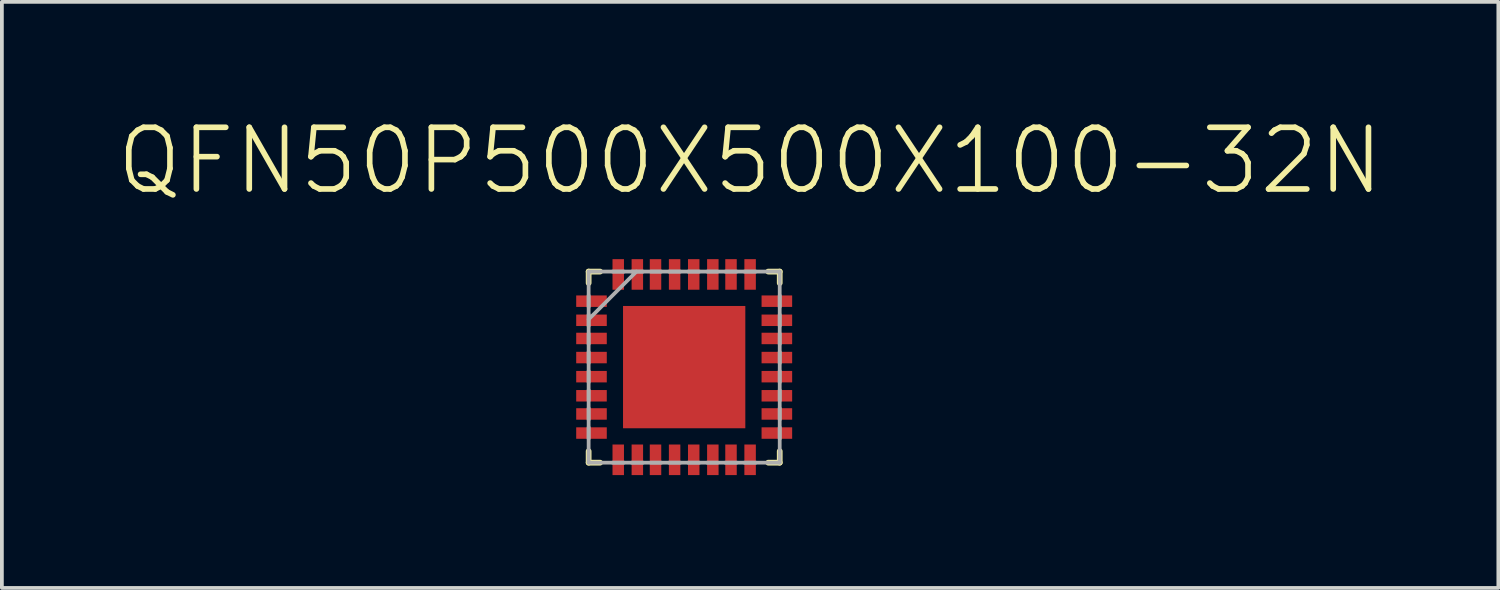
<source format=kicad_pcb>
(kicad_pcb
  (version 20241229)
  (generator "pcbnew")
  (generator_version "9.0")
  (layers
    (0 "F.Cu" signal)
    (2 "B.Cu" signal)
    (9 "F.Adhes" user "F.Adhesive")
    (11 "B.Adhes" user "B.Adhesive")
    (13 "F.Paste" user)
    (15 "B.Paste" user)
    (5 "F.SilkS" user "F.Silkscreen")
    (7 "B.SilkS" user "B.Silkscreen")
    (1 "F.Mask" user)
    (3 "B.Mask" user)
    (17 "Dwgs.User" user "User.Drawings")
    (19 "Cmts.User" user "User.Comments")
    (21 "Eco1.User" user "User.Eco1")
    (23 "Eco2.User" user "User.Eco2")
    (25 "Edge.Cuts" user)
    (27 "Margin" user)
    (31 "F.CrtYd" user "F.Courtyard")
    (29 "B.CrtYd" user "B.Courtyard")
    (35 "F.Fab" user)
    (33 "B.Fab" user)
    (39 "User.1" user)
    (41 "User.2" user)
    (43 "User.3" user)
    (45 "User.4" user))
  (footprint "QFN50P500X500X100-32N"
    (layer "F.Cu")
    (at 15.139 6.71)
    (property "Reference" "QFN50P500X500X100-32N" (at 1.753 -5.487 0) (layer "F.SilkS") (effects (font (size 1.64 1.64) (thickness 0.15))))
    (attr smd)
    (fp_line (start -2.54 -2.54) (end -2.54 -2.235) (stroke (width 0.152) (type solid)) (layer "F.SilkS"))
    (fp_line (start -2.54 2.235) (end -2.54 2.54) (stroke (width 0.152) (type solid)) (layer "F.SilkS"))
    (fp_line (start -2.54 2.54) (end -2.235 2.54) (stroke (width 0.152) (type solid)) (layer "F.SilkS"))
    (fp_line (start -2.235 -2.54) (end -2.54 -2.54) (stroke (width 0.152) (type solid)) (layer "F.SilkS"))
    (fp_line (start 2.235 2.54) (end 2.54 2.54) (stroke (width 0.152) (type solid)) (layer "F.SilkS"))
    (fp_line (start 2.54 -2.54) (end 2.235 -2.54) (stroke (width 0.152) (type solid)) (layer "F.SilkS"))
    (fp_line (start 2.54 -2.235) (end 2.54 -2.54) (stroke (width 0.152) (type solid)) (layer "F.SilkS"))
    (fp_line (start 2.54 2.54) (end 2.54 2.235) (stroke (width 0.152) (type solid)) (layer "F.SilkS"))
    (fp_line (start -2.54 -2.54) (end -2.54 2.54) (stroke (width 0.1) (type solid)) (layer "F.Fab"))
    (fp_line (start -2.54 -1.905) (end -2.54 -1.6) (stroke (width 0.1) (type solid)) (layer "F.Fab"))
    (fp_line (start -2.54 -1.397) (end -2.54 -1.092) (stroke (width 0.1) (type solid)) (layer "F.Fab"))
    (fp_line (start -2.54 -1.27) (end -1.27 -2.54) (stroke (width 0.1) (type solid)) (layer "F.Fab"))
    (fp_line (start -2.54 -0.889) (end -2.54 -0.61) (stroke (width 0.1) (type solid)) (layer "F.Fab"))
    (fp_line (start -2.54 -0.406) (end -2.54 -0.102) (stroke (width 0.1) (type solid)) (layer "F.Fab"))
    (fp_line (start -2.54 0.102) (end -2.54 0.406) (stroke (width 0.1) (type solid)) (layer "F.Fab"))
    (fp_line (start -2.54 0.61) (end -2.54 0.889) (stroke (width 0.1) (type solid)) (layer "F.Fab"))
    (fp_line (start -2.54 1.092) (end -2.54 1.397) (stroke (width 0.1) (type solid)) (layer "F.Fab"))
    (fp_line (start -2.54 1.6) (end -2.54 1.905) (stroke (width 0.1) (type solid)) (layer "F.Fab"))
    (fp_line (start -2.54 2.54) (end 2.54 2.54) (stroke (width 0.1) (type solid)) (layer "F.Fab"))
    (fp_line (start -1.905 2.54) (end -1.6 2.54) (stroke (width 0.1) (type solid)) (layer "F.Fab"))
    (fp_line (start -1.6 -2.54) (end -1.905 -2.54) (stroke (width 0.1) (type solid)) (layer "F.Fab"))
    (fp_line (start -1.397 2.54) (end -1.092 2.54) (stroke (width 0.1) (type solid)) (layer "F.Fab"))
    (fp_line (start -1.092 -2.54) (end -1.397 -2.54) (stroke (width 0.1) (type solid)) (layer "F.Fab"))
    (fp_line (start -0.889 2.54) (end -0.61 2.54) (stroke (width 0.1) (type solid)) (layer "F.Fab"))
    (fp_line (start -0.61 -2.54) (end -0.889 -2.54) (stroke (width 0.1) (type solid)) (layer "F.Fab"))
    (fp_line (start -0.406 2.54) (end -0.102 2.54) (stroke (width 0.1) (type solid)) (layer "F.Fab"))
    (fp_line (start -0.102 -2.54) (end -0.406 -2.54) (stroke (width 0.1) (type solid)) (layer "F.Fab"))
    (fp_line (start 0.102 2.54) (end 0.406 2.54) (stroke (width 0.1) (type solid)) (layer "F.Fab"))
    (fp_line (start 0.406 -2.54) (end 0.102 -2.54) (stroke (width 0.1) (type solid)) (layer "F.Fab"))
    (fp_line (start 0.61 2.54) (end 0.889 2.54) (stroke (width 0.1) (type solid)) (layer "F.Fab"))
    (fp_line (start 0.889 -2.54) (end 0.61 -2.54) (stroke (width 0.1) (type solid)) (layer "F.Fab"))
    (fp_line (start 1.092 2.54) (end 1.397 2.54) (stroke (width 0.1) (type solid)) (layer "F.Fab"))
    (fp_line (start 1.397 -2.54) (end 1.092 -2.54) (stroke (width 0.1) (type solid)) (layer "F.Fab"))
    (fp_line (start 1.6 2.54) (end 1.905 2.54) (stroke (width 0.1) (type solid)) (layer "F.Fab"))
    (fp_line (start 1.905 -2.54) (end 1.6 -2.54) (stroke (width 0.1) (type solid)) (layer "F.Fab"))
    (fp_line (start 2.54 -2.54) (end -2.54 -2.54) (stroke (width 0.1) (type solid)) (layer "F.Fab"))
    (fp_line (start 2.54 -1.6) (end 2.54 -1.905) (stroke (width 0.1) (type solid)) (layer "F.Fab"))
    (fp_line (start 2.54 -1.092) (end 2.54 -1.397) (stroke (width 0.1) (type solid)) (layer "F.Fab"))
    (fp_line (start 2.54 -0.61) (end 2.54 -0.889) (stroke (width 0.1) (type solid)) (layer "F.Fab"))
    (fp_line (start 2.54 -0.102) (end 2.54 -0.406) (stroke (width 0.1) (type solid)) (layer "F.Fab"))
    (fp_line (start 2.54 0.406) (end 2.54 0.102) (stroke (width 0.1) (type solid)) (layer "F.Fab"))
    (fp_line (start 2.54 0.889) (end 2.54 0.61) (stroke (width 0.1) (type solid)) (layer "F.Fab"))
    (fp_line (start 2.54 1.397) (end 2.54 1.092) (stroke (width 0.1) (type solid)) (layer "F.Fab"))
    (fp_line (start 2.54 1.905) (end 2.54 1.6) (stroke (width 0.1) (type solid)) (layer "F.Fab"))
    (fp_line (start 2.54 2.54) (end 2.54 -2.54) (stroke (width 0.1) (type solid)) (layer "F.Fab"))
    (pad "1" smd rect (at -2.464 -1.753) (size 0.813 0.305) (layers "F.Cu" "F.Mask" "F.Paste"))
    (pad "2" smd rect (at -2.464 -1.245) (size 0.813 0.305) (layers "F.Cu" "F.Mask" "F.Paste"))
    (pad "3" smd rect (at -2.464 -0.762) (size 0.813 0.305) (layers "F.Cu" "F.Mask" "F.Paste"))
    (pad "4" smd rect (at -2.464 -0.254) (size 0.813 0.305) (layers "F.Cu" "F.Mask" "F.Paste"))
    (pad "5" smd rect (at -2.464 0.254) (size 0.813 0.305) (layers "F.Cu" "F.Mask" "F.Paste"))
    (pad "6" smd rect (at -2.464 0.762) (size 0.813 0.305) (layers "F.Cu" "F.Mask" "F.Paste"))
    (pad "7" smd rect (at -2.464 1.245) (size 0.813 0.305) (layers "F.Cu" "F.Mask" "F.Paste"))
    (pad "8" smd rect (at -2.464 1.753) (size 0.813 0.305) (layers "F.Cu" "F.Mask" "F.Paste"))
    (pad "9" smd rect (at -1.753 2.464) (size 0.305 0.813) (layers "F.Cu" "F.Mask" "F.Paste"))
    (pad "10" smd rect (at -1.245 2.464) (size 0.305 0.813) (layers "F.Cu" "F.Mask" "F.Paste"))
    (pad "11" smd rect (at -0.762 2.464) (size 0.305 0.813) (layers "F.Cu" "F.Mask" "F.Paste"))
    (pad "12" smd rect (at -0.254 2.464) (size 0.305 0.813) (layers "F.Cu" "F.Mask" "F.Paste"))
    (pad "13" smd rect (at 0.254 2.464) (size 0.305 0.813) (layers "F.Cu" "F.Mask" "F.Paste"))
    (pad "14" smd rect (at 0.762 2.464) (size 0.305 0.813) (layers "F.Cu" "F.Mask" "F.Paste"))
    (pad "15" smd rect (at 1.245 2.464) (size 0.305 0.813) (layers "F.Cu" "F.Mask" "F.Paste"))
    (pad "16" smd rect (at 1.753 2.464) (size 0.305 0.813) (layers "F.Cu" "F.Mask" "F.Paste"))
    (pad "17" smd rect (at 2.464 1.753) (size 0.813 0.305) (layers "F.Cu" "F.Mask" "F.Paste"))
    (pad "18" smd rect (at 2.464 1.245) (size 0.813 0.305) (layers "F.Cu" "F.Mask" "F.Paste"))
    (pad "19" smd rect (at 2.464 0.762) (size 0.813 0.305) (layers "F.Cu" "F.Mask" "F.Paste"))
    (pad "20" smd rect (at 2.464 0.254) (size 0.813 0.305) (layers "F.Cu" "F.Mask" "F.Paste"))
    (pad "21" smd rect (at 2.464 -0.254) (size 0.813 0.305) (layers "F.Cu" "F.Mask" "F.Paste"))
    (pad "22" smd rect (at 2.464 -0.762) (size 0.813 0.305) (layers "F.Cu" "F.Mask" "F.Paste"))
    (pad "23" smd rect (at 2.464 -1.245) (size 0.813 0.305) (layers "F.Cu" "F.Mask" "F.Paste"))
    (pad "24" smd rect (at 2.464 -1.753) (size 0.813 0.305) (layers "F.Cu" "F.Mask" "F.Paste"))
    (pad "25" smd rect (at 1.753 -2.464) (size 0.305 0.813) (layers "F.Cu" "F.Mask" "F.Paste"))
    (pad "26" smd rect (at 1.245 -2.464) (size 0.305 0.813) (layers "F.Cu" "F.Mask" "F.Paste"))
    (pad "27" smd rect (at 0.762 -2.464) (size 0.305 0.813) (layers "F.Cu" "F.Mask" "F.Paste"))
    (pad "28" smd rect (at 0.254 -2.464) (size 0.305 0.813) (layers "F.Cu" "F.Mask" "F.Paste"))
    (pad "29" smd rect (at -0.254 -2.464) (size 0.305 0.813) (layers "F.Cu" "F.Mask" "F.Paste"))
    (pad "30" smd rect (at -0.762 -2.464) (size 0.305 0.813) (layers "F.Cu" "F.Mask" "F.Paste"))
    (pad "31" smd rect (at -1.245 -2.464) (size 0.305 0.813) (layers "F.Cu" "F.Mask" "F.Paste"))
    (pad "32" smd rect (at -1.753 -2.464) (size 0.305 0.813) (layers "F.Cu" "F.Mask" "F.Paste"))
    (pad "33" smd rect (at 0 0) (size 3.251 3.251) (layers "F.Cu" "F.Mask" "F.Paste")))
  (gr_rect
    (start -3 -3)
    (end 36.784 12.58)
    (stroke (width 0.1) (type default))
    (fill no)
    (layer "Edge.Cuts")))
</source>
